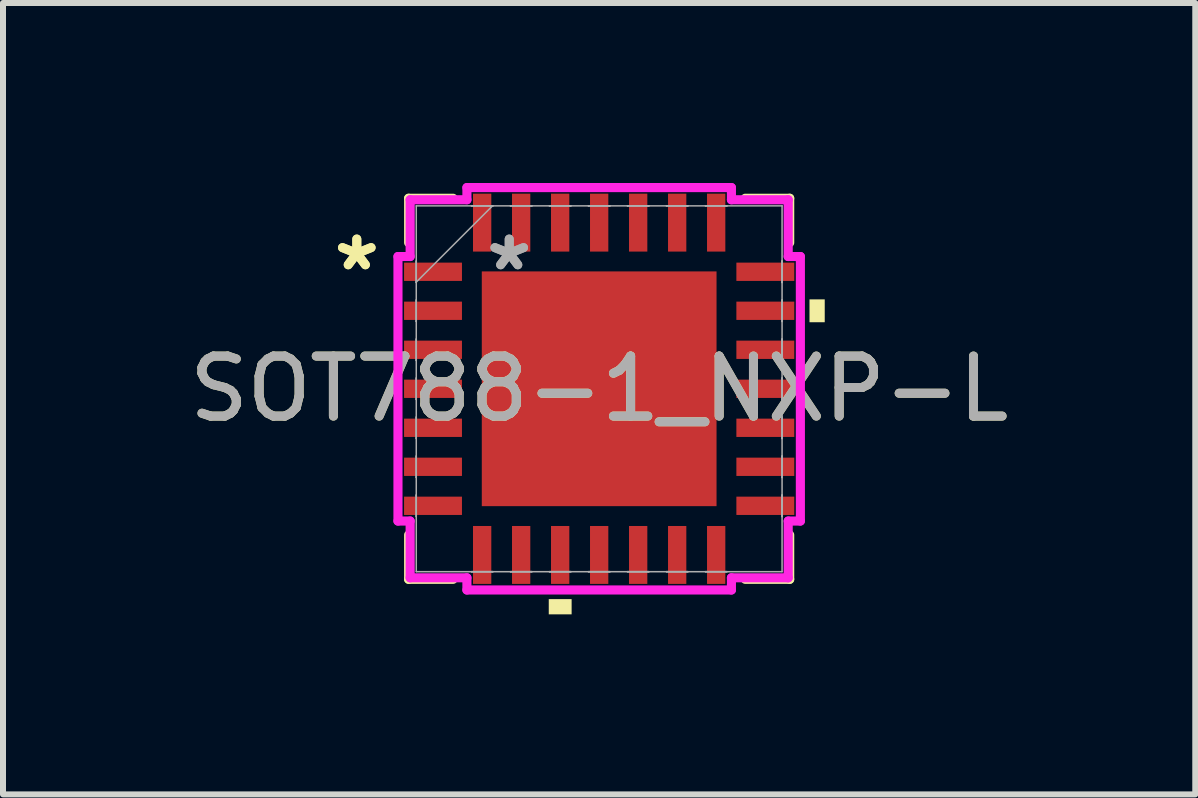
<source format=kicad_pcb>
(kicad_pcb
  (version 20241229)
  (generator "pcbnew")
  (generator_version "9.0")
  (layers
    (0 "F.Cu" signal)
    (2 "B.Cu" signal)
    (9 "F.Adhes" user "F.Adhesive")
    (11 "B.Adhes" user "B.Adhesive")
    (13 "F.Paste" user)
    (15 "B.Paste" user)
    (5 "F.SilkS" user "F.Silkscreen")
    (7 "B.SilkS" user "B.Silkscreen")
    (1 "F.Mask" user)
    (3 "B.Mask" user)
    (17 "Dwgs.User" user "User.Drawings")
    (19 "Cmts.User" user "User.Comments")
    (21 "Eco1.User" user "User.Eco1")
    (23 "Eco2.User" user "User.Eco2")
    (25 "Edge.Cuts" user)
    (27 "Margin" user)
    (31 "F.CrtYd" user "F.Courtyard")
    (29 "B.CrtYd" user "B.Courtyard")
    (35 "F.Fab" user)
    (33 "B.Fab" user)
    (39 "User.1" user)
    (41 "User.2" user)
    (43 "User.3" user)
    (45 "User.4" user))
  (footprint "SOT788-1_NXP-L"
    (layer "F.Cu")
    (at 6.935 3.429)
    (property "Reference" "SOT788-1_NXP-L" (at 0 0 0) (unlocked yes) (layer "F.SilkS") (effects (font (size 1 1) (thickness 0.15))))
    (attr smd)
    (fp_line (start -3.175 -3.175) (end -3.175 -2.435) (stroke (width 0.152) (type solid)) (layer "F.SilkS"))
    (fp_line (start -3.175 2.435) (end -3.175 3.175) (stroke (width 0.152) (type solid)) (layer "F.SilkS"))
    (fp_line (start -3.175 3.175) (end -2.435 3.175) (stroke (width 0.152) (type solid)) (layer "F.SilkS"))
    (fp_line (start -2.435 -3.175) (end -3.175 -3.175) (stroke (width 0.152) (type solid)) (layer "F.SilkS"))
    (fp_line (start 2.435 3.175) (end 3.175 3.175) (stroke (width 0.152) (type solid)) (layer "F.SilkS"))
    (fp_line (start 3.175 -3.175) (end 2.435 -3.175) (stroke (width 0.152) (type solid)) (layer "F.SilkS"))
    (fp_line (start 3.175 -2.435) (end 3.175 -3.175) (stroke (width 0.152) (type solid)) (layer "F.SilkS"))
    (fp_line (start 3.175 3.175) (end 3.175 2.435) (stroke (width 0.152) (type solid)) (layer "F.SilkS"))
    (fp_poly (pts (xy -0.84 3.505) (xy -0.84 3.759) (xy -0.459 3.759) (xy -0.459 3.505)) (stroke (width 0) (type solid)) (fill yes) (layer "F.SilkS"))
    (fp_poly (pts (xy 3.759 -1.49) (xy 3.759 -1.109) (xy 3.505 -1.109) (xy 3.505 -1.49)) (stroke (width 0) (type solid)) (fill yes) (layer "F.SilkS"))
    (fp_line (start -3.353 -2.204) (end -3.15 -2.204) (stroke (width 0.152) (type solid)) (layer "F.CrtYd"))
    (fp_line (start -3.353 2.204) (end -3.353 -2.204) (stroke (width 0.152) (type solid)) (layer "F.CrtYd"))
    (fp_line (start -3.15 -3.15) (end -2.204 -3.15) (stroke (width 0.152) (type solid)) (layer "F.CrtYd"))
    (fp_line (start -3.15 -2.204) (end -3.15 -3.15) (stroke (width 0.152) (type solid)) (layer "F.CrtYd"))
    (fp_line (start -3.15 2.204) (end -3.353 2.204) (stroke (width 0.152) (type solid)) (layer "F.CrtYd"))
    (fp_line (start -3.15 3.15) (end -3.15 2.204) (stroke (width 0.152) (type solid)) (layer "F.CrtYd"))
    (fp_line (start -2.204 -3.353) (end 2.204 -3.353) (stroke (width 0.152) (type solid)) (layer "F.CrtYd"))
    (fp_line (start -2.204 -3.15) (end -2.204 -3.353) (stroke (width 0.152) (type solid)) (layer "F.CrtYd"))
    (fp_line (start -2.204 3.15) (end -3.15 3.15) (stroke (width 0.152) (type solid)) (layer "F.CrtYd"))
    (fp_line (start -2.204 3.353) (end -2.204 3.15) (stroke (width 0.152) (type solid)) (layer "F.CrtYd"))
    (fp_line (start 2.204 -3.353) (end 2.204 -3.15) (stroke (width 0.152) (type solid)) (layer "F.CrtYd"))
    (fp_line (start 2.204 -3.15) (end 3.15 -3.15) (stroke (width 0.152) (type solid)) (layer "F.CrtYd"))
    (fp_line (start 2.204 3.15) (end 2.204 3.353) (stroke (width 0.152) (type solid)) (layer "F.CrtYd"))
    (fp_line (start 2.204 3.353) (end -2.204 3.353) (stroke (width 0.152) (type solid)) (layer "F.CrtYd"))
    (fp_line (start 3.15 -3.15) (end 3.15 -2.204) (stroke (width 0.152) (type solid)) (layer "F.CrtYd"))
    (fp_line (start 3.15 -2.204) (end 3.353 -2.204) (stroke (width 0.152) (type solid)) (layer "F.CrtYd"))
    (fp_line (start 3.15 2.204) (end 3.15 3.15) (stroke (width 0.152) (type solid)) (layer "F.CrtYd"))
    (fp_line (start 3.15 3.15) (end 2.204 3.15) (stroke (width 0.152) (type solid)) (layer "F.CrtYd"))
    (fp_line (start 3.353 -2.204) (end 3.353 2.204) (stroke (width 0.152) (type solid)) (layer "F.CrtYd"))
    (fp_line (start 3.353 2.204) (end 3.15 2.204) (stroke (width 0.152) (type solid)) (layer "F.CrtYd"))
    (fp_line (start -3.048 -3.048) (end -3.048 3.048) (stroke (width 0.025) (type solid)) (layer "F.Fab"))
    (fp_line (start -3.048 -2.128) (end -3.048 -2.128) (stroke (width 0.025) (type solid)) (layer "F.Fab"))
    (fp_line (start -3.048 -2.128) (end -3.048 -1.772) (stroke (width 0.025) (type solid)) (layer "F.Fab"))
    (fp_line (start -3.048 -1.778) (end -1.778 -3.048) (stroke (width 0.025) (type solid)) (layer "F.Fab"))
    (fp_line (start -3.048 -1.772) (end -3.048 -2.128) (stroke (width 0.025) (type solid)) (layer "F.Fab"))
    (fp_line (start -3.048 -1.772) (end -3.048 -1.772) (stroke (width 0.025) (type solid)) (layer "F.Fab"))
    (fp_line (start -3.048 -1.478) (end -3.048 -1.478) (stroke (width 0.025) (type solid)) (layer "F.Fab"))
    (fp_line (start -3.048 -1.478) (end -3.048 -1.122) (stroke (width 0.025) (type solid)) (layer "F.Fab"))
    (fp_line (start -3.048 -1.122) (end -3.048 -1.478) (stroke (width 0.025) (type solid)) (layer "F.Fab"))
    (fp_line (start -3.048 -1.122) (end -3.048 -1.122) (stroke (width 0.025) (type solid)) (layer "F.Fab"))
    (fp_line (start -3.048 -0.828) (end -3.048 -0.828) (stroke (width 0.025) (type solid)) (layer "F.Fab"))
    (fp_line (start -3.048 -0.828) (end -3.048 -0.472) (stroke (width 0.025) (type solid)) (layer "F.Fab"))
    (fp_line (start -3.048 -0.472) (end -3.048 -0.828) (stroke (width 0.025) (type solid)) (layer "F.Fab"))
    (fp_line (start -3.048 -0.472) (end -3.048 -0.472) (stroke (width 0.025) (type solid)) (layer "F.Fab"))
    (fp_line (start -3.048 -0.178) (end -3.048 -0.178) (stroke (width 0.025) (type solid)) (layer "F.Fab"))
    (fp_line (start -3.048 -0.178) (end -3.048 0.178) (stroke (width 0.025) (type solid)) (layer "F.Fab"))
    (fp_line (start -3.048 0.178) (end -3.048 -0.178) (stroke (width 0.025) (type solid)) (layer "F.Fab"))
    (fp_line (start -3.048 0.178) (end -3.048 0.178) (stroke (width 0.025) (type solid)) (layer "F.Fab"))
    (fp_line (start -3.048 0.472) (end -3.048 0.472) (stroke (width 0.025) (type solid)) (layer "F.Fab"))
    (fp_line (start -3.048 0.472) (end -3.048 0.828) (stroke (width 0.025) (type solid)) (layer "F.Fab"))
    (fp_line (start -3.048 0.828) (end -3.048 0.472) (stroke (width 0.025) (type solid)) (layer "F.Fab"))
    (fp_line (start -3.048 0.828) (end -3.048 0.828) (stroke (width 0.025) (type solid)) (layer "F.Fab"))
    (fp_line (start -3.048 1.122) (end -3.048 1.122) (stroke (width 0.025) (type solid)) (layer "F.Fab"))
    (fp_line (start -3.048 1.122) (end -3.048 1.478) (stroke (width 0.025) (type solid)) (layer "F.Fab"))
    (fp_line (start -3.048 1.478) (end -3.048 1.122) (stroke (width 0.025) (type solid)) (layer "F.Fab"))
    (fp_line (start -3.048 1.478) (end -3.048 1.478) (stroke (width 0.025) (type solid)) (layer "F.Fab"))
    (fp_line (start -3.048 1.772) (end -3.048 1.772) (stroke (width 0.025) (type solid)) (layer "F.Fab"))
    (fp_line (start -3.048 1.772) (end -3.048 2.128) (stroke (width 0.025) (type solid)) (layer "F.Fab"))
    (fp_line (start -3.048 2.128) (end -3.048 1.772) (stroke (width 0.025) (type solid)) (layer "F.Fab"))
    (fp_line (start -3.048 2.128) (end -3.048 2.128) (stroke (width 0.025) (type solid)) (layer "F.Fab"))
    (fp_line (start -3.048 3.048) (end 3.048 3.048) (stroke (width 0.025) (type solid)) (layer "F.Fab"))
    (fp_line (start -2.128 -3.048) (end -2.128 -3.048) (stroke (width 0.025) (type solid)) (layer "F.Fab"))
    (fp_line (start -2.128 -3.048) (end -1.772 -3.048) (stroke (width 0.025) (type solid)) (layer "F.Fab"))
    (fp_line (start -2.128 3.048) (end -2.128 3.048) (stroke (width 0.025) (type solid)) (layer "F.Fab"))
    (fp_line (start -2.128 3.048) (end -1.772 3.048) (stroke (width 0.025) (type solid)) (layer "F.Fab"))
    (fp_line (start -1.772 -3.048) (end -2.128 -3.048) (stroke (width 0.025) (type solid)) (layer "F.Fab"))
    (fp_line (start -1.772 -3.048) (end -1.772 -3.048) (stroke (width 0.025) (type solid)) (layer "F.Fab"))
    (fp_line (start -1.772 3.048) (end -2.128 3.048) (stroke (width 0.025) (type solid)) (layer "F.Fab"))
    (fp_line (start -1.772 3.048) (end -1.772 3.048) (stroke (width 0.025) (type solid)) (layer "F.Fab"))
    (fp_line (start -1.478 -3.048) (end -1.478 -3.048) (stroke (width 0.025) (type solid)) (layer "F.Fab"))
    (fp_line (start -1.478 -3.048) (end -1.122 -3.048) (stroke (width 0.025) (type solid)) (layer "F.Fab"))
    (fp_line (start -1.478 3.048) (end -1.478 3.048) (stroke (width 0.025) (type solid)) (layer "F.Fab"))
    (fp_line (start -1.478 3.048) (end -1.122 3.048) (stroke (width 0.025) (type solid)) (layer "F.Fab"))
    (fp_line (start -1.122 -3.048) (end -1.478 -3.048) (stroke (width 0.025) (type solid)) (layer "F.Fab"))
    (fp_line (start -1.122 -3.048) (end -1.122 -3.048) (stroke (width 0.025) (type solid)) (layer "F.Fab"))
    (fp_line (start -1.122 3.048) (end -1.478 3.048) (stroke (width 0.025) (type solid)) (layer "F.Fab"))
    (fp_line (start -1.122 3.048) (end -1.122 3.048) (stroke (width 0.025) (type solid)) (layer "F.Fab"))
    (fp_line (start -0.828 -3.048) (end -0.828 -3.048) (stroke (width 0.025) (type solid)) (layer "F.Fab"))
    (fp_line (start -0.828 -3.048) (end -0.472 -3.048) (stroke (width 0.025) (type solid)) (layer "F.Fab"))
    (fp_line (start -0.828 3.048) (end -0.828 3.048) (stroke (width 0.025) (type solid)) (layer "F.Fab"))
    (fp_line (start -0.828 3.048) (end -0.472 3.048) (stroke (width 0.025) (type solid)) (layer "F.Fab"))
    (fp_line (start -0.472 -3.048) (end -0.828 -3.048) (stroke (width 0.025) (type solid)) (layer "F.Fab"))
    (fp_line (start -0.472 -3.048) (end -0.472 -3.048) (stroke (width 0.025) (type solid)) (layer "F.Fab"))
    (fp_line (start -0.472 3.048) (end -0.828 3.048) (stroke (width 0.025) (type solid)) (layer "F.Fab"))
    (fp_line (start -0.472 3.048) (end -0.472 3.048) (stroke (width 0.025) (type solid)) (layer "F.Fab"))
    (fp_line (start -0.178 -3.048) (end -0.178 -3.048) (stroke (width 0.025) (type solid)) (layer "F.Fab"))
    (fp_line (start -0.178 -3.048) (end 0.178 -3.048) (stroke (width 0.025) (type solid)) (layer "F.Fab"))
    (fp_line (start -0.178 3.048) (end -0.178 3.048) (stroke (width 0.025) (type solid)) (layer "F.Fab"))
    (fp_line (start -0.178 3.048) (end 0.178 3.048) (stroke (width 0.025) (type solid)) (layer "F.Fab"))
    (fp_line (start 0.178 -3.048) (end -0.178 -3.048) (stroke (width 0.025) (type solid)) (layer "F.Fab"))
    (fp_line (start 0.178 -3.048) (end 0.178 -3.048) (stroke (width 0.025) (type solid)) (layer "F.Fab"))
    (fp_line (start 0.178 3.048) (end -0.178 3.048) (stroke (width 0.025) (type solid)) (layer "F.Fab"))
    (fp_line (start 0.178 3.048) (end 0.178 3.048) (stroke (width 0.025) (type solid)) (layer "F.Fab"))
    (fp_line (start 0.472 -3.048) (end 0.472 -3.048) (stroke (width 0.025) (type solid)) (layer "F.Fab"))
    (fp_line (start 0.472 -3.048) (end 0.828 -3.048) (stroke (width 0.025) (type solid)) (layer "F.Fab"))
    (fp_line (start 0.472 3.048) (end 0.472 3.048) (stroke (width 0.025) (type solid)) (layer "F.Fab"))
    (fp_line (start 0.472 3.048) (end 0.828 3.048) (stroke (width 0.025) (type solid)) (layer "F.Fab"))
    (fp_line (start 0.828 -3.048) (end 0.472 -3.048) (stroke (width 0.025) (type solid)) (layer "F.Fab"))
    (fp_line (start 0.828 -3.048) (end 0.828 -3.048) (stroke (width 0.025) (type solid)) (layer "F.Fab"))
    (fp_line (start 0.828 3.048) (end 0.472 3.048) (stroke (width 0.025) (type solid)) (layer "F.Fab"))
    (fp_line (start 0.828 3.048) (end 0.828 3.048) (stroke (width 0.025) (type solid)) (layer "F.Fab"))
    (fp_line (start 1.122 -3.048) (end 1.122 -3.048) (stroke (width 0.025) (type solid)) (layer "F.Fab"))
    (fp_line (start 1.122 -3.048) (end 1.478 -3.048) (stroke (width 0.025) (type solid)) (layer "F.Fab"))
    (fp_line (start 1.122 3.048) (end 1.122 3.048) (stroke (width 0.025) (type solid)) (layer "F.Fab"))
    (fp_line (start 1.122 3.048) (end 1.478 3.048) (stroke (width 0.025) (type solid)) (layer "F.Fab"))
    (fp_line (start 1.478 -3.048) (end 1.122 -3.048) (stroke (width 0.025) (type solid)) (layer "F.Fab"))
    (fp_line (start 1.478 -3.048) (end 1.478 -3.048) (stroke (width 0.025) (type solid)) (layer "F.Fab"))
    (fp_line (start 1.478 3.048) (end 1.122 3.048) (stroke (width 0.025) (type solid)) (layer "F.Fab"))
    (fp_line (start 1.478 3.048) (end 1.478 3.048) (stroke (width 0.025) (type solid)) (layer "F.Fab"))
    (fp_line (start 1.772 -3.048) (end 1.772 -3.048) (stroke (width 0.025) (type solid)) (layer "F.Fab"))
    (fp_line (start 1.772 -3.048) (end 2.128 -3.048) (stroke (width 0.025) (type solid)) (layer "F.Fab"))
    (fp_line (start 1.772 3.048) (end 1.772 3.048) (stroke (width 0.025) (type solid)) (layer "F.Fab"))
    (fp_line (start 1.772 3.048) (end 2.128 3.048) (stroke (width 0.025) (type solid)) (layer "F.Fab"))
    (fp_line (start 2.128 -3.048) (end 1.772 -3.048) (stroke (width 0.025) (type solid)) (layer "F.Fab"))
    (fp_line (start 2.128 -3.048) (end 2.128 -3.048) (stroke (width 0.025) (type solid)) (layer "F.Fab"))
    (fp_line (start 2.128 3.048) (end 1.772 3.048) (stroke (width 0.025) (type solid)) (layer "F.Fab"))
    (fp_line (start 2.128 3.048) (end 2.128 3.048) (stroke (width 0.025) (type solid)) (layer "F.Fab"))
    (fp_line (start 3.048 -3.048) (end -3.048 -3.048) (stroke (width 0.025) (type solid)) (layer "F.Fab"))
    (fp_line (start 3.048 -2.128) (end 3.048 -2.128) (stroke (width 0.025) (type solid)) (layer "F.Fab"))
    (fp_line (start 3.048 -2.128) (end 3.048 -1.772) (stroke (width 0.025) (type solid)) (layer "F.Fab"))
    (fp_line (start 3.048 -1.772) (end 3.048 -2.128) (stroke (width 0.025) (type solid)) (layer "F.Fab"))
    (fp_line (start 3.048 -1.772) (end 3.048 -1.772) (stroke (width 0.025) (type solid)) (layer "F.Fab"))
    (fp_line (start 3.048 -1.478) (end 3.048 -1.478) (stroke (width 0.025) (type solid)) (layer "F.Fab"))
    (fp_line (start 3.048 -1.478) (end 3.048 -1.122) (stroke (width 0.025) (type solid)) (layer "F.Fab"))
    (fp_line (start 3.048 -1.122) (end 3.048 -1.478) (stroke (width 0.025) (type solid)) (layer "F.Fab"))
    (fp_line (start 3.048 -1.122) (end 3.048 -1.122) (stroke (width 0.025) (type solid)) (layer "F.Fab"))
    (fp_line (start 3.048 -0.828) (end 3.048 -0.828) (stroke (width 0.025) (type solid)) (layer "F.Fab"))
    (fp_line (start 3.048 -0.828) (end 3.048 -0.472) (stroke (width 0.025) (type solid)) (layer "F.Fab"))
    (fp_line (start 3.048 -0.472) (end 3.048 -0.828) (stroke (width 0.025) (type solid)) (layer "F.Fab"))
    (fp_line (start 3.048 -0.472) (end 3.048 -0.472) (stroke (width 0.025) (type solid)) (layer "F.Fab"))
    (fp_line (start 3.048 -0.178) (end 3.048 -0.178) (stroke (width 0.025) (type solid)) (layer "F.Fab"))
    (fp_line (start 3.048 -0.178) (end 3.048 0.178) (stroke (width 0.025) (type solid)) (layer "F.Fab"))
    (fp_line (start 3.048 0.178) (end 3.048 -0.178) (stroke (width 0.025) (type solid)) (layer "F.Fab"))
    (fp_line (start 3.048 0.178) (end 3.048 0.178) (stroke (width 0.025) (type solid)) (layer "F.Fab"))
    (fp_line (start 3.048 0.472) (end 3.048 0.472) (stroke (width 0.025) (type solid)) (layer "F.Fab"))
    (fp_line (start 3.048 0.472) (end 3.048 0.828) (stroke (width 0.025) (type solid)) (layer "F.Fab"))
    (fp_line (start 3.048 0.828) (end 3.048 0.472) (stroke (width 0.025) (type solid)) (layer "F.Fab"))
    (fp_line (start 3.048 0.828) (end 3.048 0.828) (stroke (width 0.025) (type solid)) (layer "F.Fab"))
    (fp_line (start 3.048 1.122) (end 3.048 1.122) (stroke (width 0.025) (type solid)) (layer "F.Fab"))
    (fp_line (start 3.048 1.122) (end 3.048 1.478) (stroke (width 0.025) (type solid)) (layer "F.Fab"))
    (fp_line (start 3.048 1.478) (end 3.048 1.122) (stroke (width 0.025) (type solid)) (layer "F.Fab"))
    (fp_line (start 3.048 1.478) (end 3.048 1.478) (stroke (width 0.025) (type solid)) (layer "F.Fab"))
    (fp_line (start 3.048 1.772) (end 3.048 1.772) (stroke (width 0.025) (type solid)) (layer "F.Fab"))
    (fp_line (start 3.048 1.772) (end 3.048 2.128) (stroke (width 0.025) (type solid)) (layer "F.Fab"))
    (fp_line (start 3.048 2.128) (end 3.048 1.772) (stroke (width 0.025) (type solid)) (layer "F.Fab"))
    (fp_line (start 3.048 2.128) (end 3.048 2.128) (stroke (width 0.025) (type solid)) (layer "F.Fab"))
    (fp_line (start 3.048 3.048) (end 3.048 -3.048) (stroke (width 0.025) (type solid)) (layer "F.Fab"))
    (fp_text user "*" (at -4.039 -1.95 0) (unlocked yes) (layer "F.SilkS") (effects (font (size 1 1) (thickness 0.15))))
    (fp_text user "*" (at -4.039 -1.95 0) (layer "F.SilkS") (effects (font (size 1 1) (thickness 0.15))))
    (fp_text user "${REFERENCE}" (at 0 0 0) (unlocked yes) (layer "F.Fab") (effects (font (size 1 1) (thickness 0.15))))
    (fp_text user "*" (at -1.499 -1.95 0) (unlocked yes) (layer "F.Fab") (effects (font (size 1 1) (thickness 0.15))))
    (fp_text user "*" (at -1.499 -1.95 0) (layer "F.Fab") (effects (font (size 1 1) (thickness 0.15))))
    (pad "1" smd rect (at -2.769 -1.95 90) (size 0.305 0.965) (layers "F.Cu" "F.Mask" "F.Paste"))
    (pad "2" smd rect (at -2.769 -1.3 90) (size 0.305 0.965) (layers "F.Cu" "F.Mask" "F.Paste"))
    (pad "3" smd rect (at -2.769 -0.65 90) (size 0.305 0.965) (layers "F.Cu" "F.Mask" "F.Paste"))
    (pad "4" smd rect (at -2.769 0 90) (size 0.305 0.965) (layers "F.Cu" "F.Mask" "F.Paste"))
    (pad "5" smd rect (at -2.769 0.65 90) (size 0.305 0.965) (layers "F.Cu" "F.Mask" "F.Paste"))
    (pad "6" smd rect (at -2.769 1.3 90) (size 0.305 0.965) (layers "F.Cu" "F.Mask" "F.Paste"))
    (pad "7" smd rect (at -2.769 1.95 90) (size 0.305 0.965) (layers "F.Cu" "F.Mask" "F.Paste"))
    (pad "8" smd rect (at -1.95 2.769) (size 0.305 0.965) (layers "F.Cu" "F.Mask" "F.Paste"))
    (pad "9" smd rect (at -1.3 2.769) (size 0.305 0.965) (layers "F.Cu" "F.Mask" "F.Paste"))
    (pad "10" smd rect (at -0.65 2.769) (size 0.305 0.965) (layers "F.Cu" "F.Mask" "F.Paste"))
    (pad "11" smd rect (at 0 2.769) (size 0.305 0.965) (layers "F.Cu" "F.Mask" "F.Paste"))
    (pad "12" smd rect (at 0.65 2.769) (size 0.305 0.965) (layers "F.Cu" "F.Mask" "F.Paste"))
    (pad "13" smd rect (at 1.3 2.769) (size 0.305 0.965) (layers "F.Cu" "F.Mask" "F.Paste"))
    (pad "14" smd rect (at 1.95 2.769) (size 0.305 0.965) (layers "F.Cu" "F.Mask" "F.Paste"))
    (pad "15" smd rect (at 2.769 1.95 90) (size 0.305 0.965) (layers "F.Cu" "F.Mask" "F.Paste"))
    (pad "16" smd rect (at 2.769 1.3 90) (size 0.305 0.965) (layers "F.Cu" "F.Mask" "F.Paste"))
    (pad "17" smd rect (at 2.769 0.65 90) (size 0.305 0.965) (layers "F.Cu" "F.Mask" "F.Paste"))
    (pad "18" smd rect (at 2.769 0 90) (size 0.305 0.965) (layers "F.Cu" "F.Mask" "F.Paste"))
    (pad "19" smd rect (at 2.769 -0.65 90) (size 0.305 0.965) (layers "F.Cu" "F.Mask" "F.Paste"))
    (pad "20" smd rect (at 2.769 -1.3 90) (size 0.305 0.965) (layers "F.Cu" "F.Mask" "F.Paste"))
    (pad "21" smd rect (at 2.769 -1.95 90) (size 0.305 0.965) (layers "F.Cu" "F.Mask" "F.Paste"))
    (pad "22" smd rect (at 1.95 -2.769) (size 0.305 0.965) (layers "F.Cu" "F.Mask" "F.Paste"))
    (pad "23" smd rect (at 1.3 -2.769) (size 0.305 0.965) (layers "F.Cu" "F.Mask" "F.Paste"))
    (pad "24" smd rect (at 0.65 -2.769) (size 0.305 0.965) (layers "F.Cu" "F.Mask" "F.Paste"))
    (pad "25" smd rect (at 0 -2.769) (size 0.305 0.965) (layers "F.Cu" "F.Mask" "F.Paste"))
    (pad "26" smd rect (at -0.65 -2.769) (size 0.305 0.965) (layers "F.Cu" "F.Mask" "F.Paste"))
    (pad "27" smd rect (at -1.3 -2.769) (size 0.305 0.965) (layers "F.Cu" "F.Mask" "F.Paste"))
    (pad "28" smd rect (at -1.95 -2.769) (size 0.305 0.965) (layers "F.Cu" "F.Mask" "F.Paste"))
    (pad "29" smd rect (at 0 0) (size 3.912 3.912) (layers "F.Cu" "F.Mask" "F.Paste")))
  (gr_rect
    (start -3 -3)
    (end 16.869 10.188)
    (stroke (width 0.1) (type default))
    (fill no)
    (layer "Edge.Cuts")))
</source>
